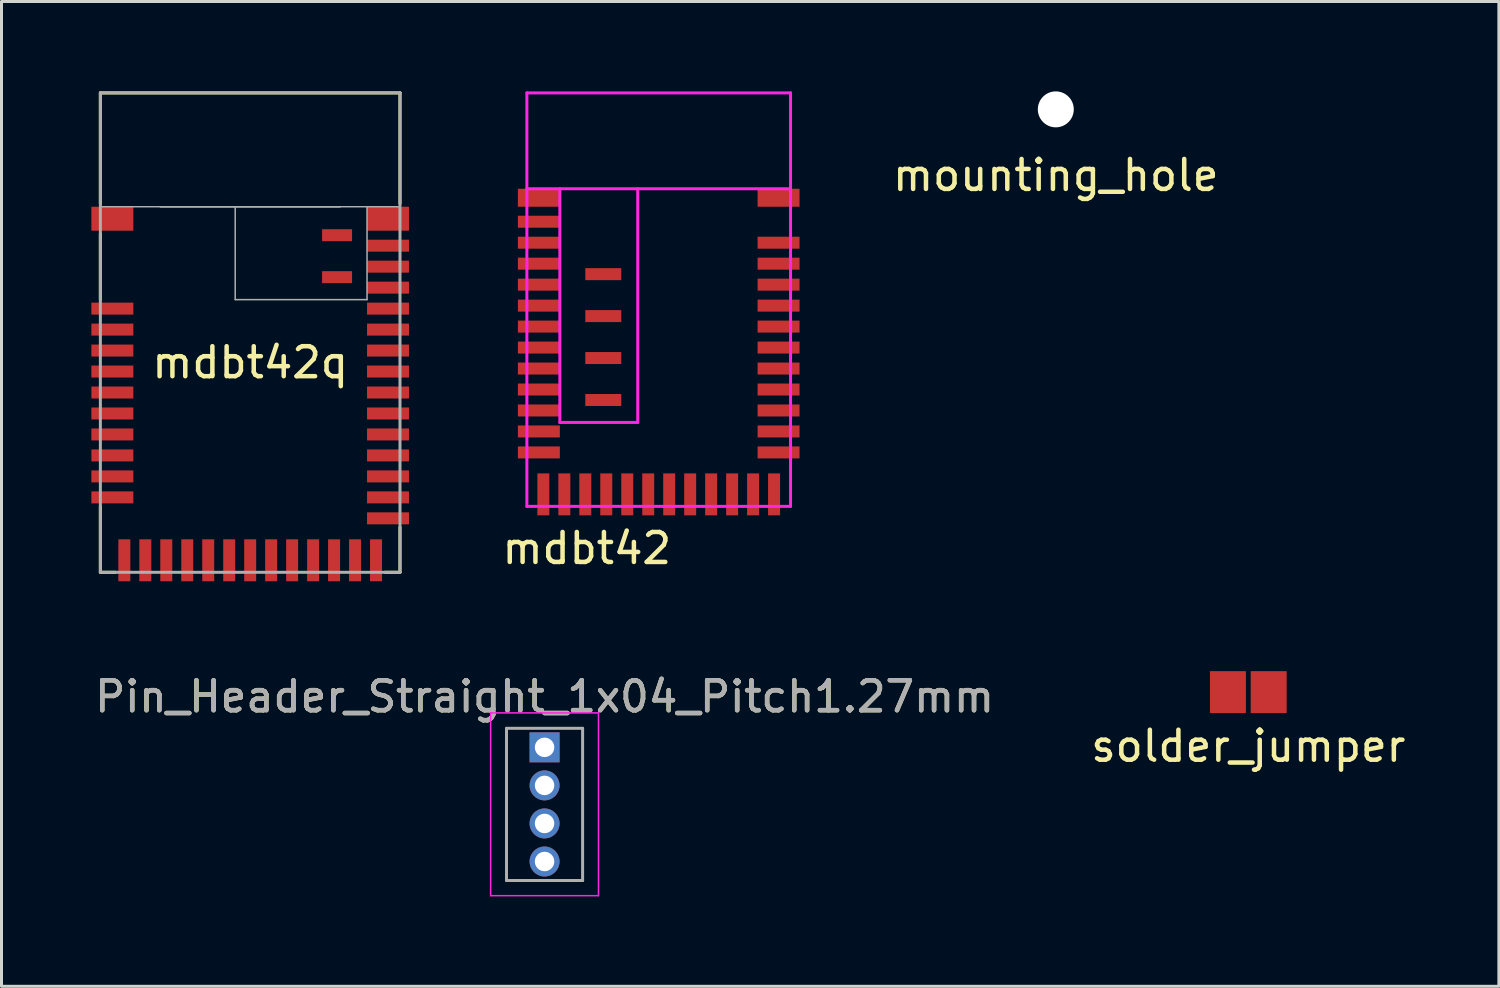
<source format=kicad_pcb>
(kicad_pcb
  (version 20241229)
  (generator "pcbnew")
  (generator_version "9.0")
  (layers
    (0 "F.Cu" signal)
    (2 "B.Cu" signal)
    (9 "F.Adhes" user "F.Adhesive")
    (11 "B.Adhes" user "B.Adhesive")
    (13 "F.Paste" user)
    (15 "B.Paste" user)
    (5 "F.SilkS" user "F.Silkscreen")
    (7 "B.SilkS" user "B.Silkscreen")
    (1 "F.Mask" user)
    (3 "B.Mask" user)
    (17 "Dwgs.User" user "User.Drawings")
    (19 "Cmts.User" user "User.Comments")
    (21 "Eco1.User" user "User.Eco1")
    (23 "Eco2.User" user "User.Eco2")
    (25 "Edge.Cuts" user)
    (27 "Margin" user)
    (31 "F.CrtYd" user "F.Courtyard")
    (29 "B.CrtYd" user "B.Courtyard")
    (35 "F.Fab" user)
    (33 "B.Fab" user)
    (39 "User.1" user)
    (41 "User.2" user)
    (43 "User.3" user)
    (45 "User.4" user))
  (footprint "Pin_Header_Straight_1x04_Pitch1.27mm"
    (layer "F.Cu")
    (at 15.125 21.893)
    (property "Reference" "Pin_Header_Straight_1x04_Pitch1.27mm" (at 0 -1.695 0) (layer "F.SilkS") (effects (font (size 1 1) (thickness 0.15))))
    (attr through_hole)
    (fp_line (start -1.8 -1.15) (end -1.8 4.95) (stroke (width 0.05) (type solid)) (layer "F.CrtYd"))
    (fp_line (start -1.8 4.95) (end 1.8 4.95) (stroke (width 0.05) (type solid)) (layer "F.CrtYd"))
    (fp_line (start 1.8 -1.15) (end -1.8 -1.15) (stroke (width 0.05) (type solid)) (layer "F.CrtYd"))
    (fp_line (start 1.8 4.95) (end 1.8 -1.15) (stroke (width 0.05) (type solid)) (layer "F.CrtYd"))
    (fp_line (start -1.27 -0.635) (end -1.27 4.445) (stroke (width 0.1) (type solid)) (layer "F.Fab"))
    (fp_line (start -1.27 4.445) (end 1.27 4.445) (stroke (width 0.1) (type solid)) (layer "F.Fab"))
    (fp_line (start 1.27 -0.635) (end -1.27 -0.635) (stroke (width 0.1) (type solid)) (layer "F.Fab"))
    (fp_line (start 1.27 4.445) (end 1.27 -0.635) (stroke (width 0.1) (type solid)) (layer "F.Fab"))
    (fp_text user "${REFERENCE}" (at 0 -1.695 0) (layer "F.Fab") (effects (font (size 1 1) (thickness 0.15))))
    (pad "1" thru_hole rect (at 0 0) (size 1 1) (drill 0.65) (layers "*.Cu" "*.Mask"))
    (pad "2" thru_hole oval (at 0 1.27) (size 1 1) (drill 0.65) (layers "*.Cu" "*.Mask"))
    (pad "3" thru_hole oval (at 0 2.54) (size 1 1) (drill 0.65) (layers "*.Cu" "*.Mask"))
    (pad "4" thru_hole oval (at 0 3.81) (size 1 1) (drill 0.65) (layers "*.Cu" "*.Mask")))
  (footprint "mounting_hole"
    (layer "F.Cu")
    (at 32.188 0.6)
    (property "Reference" "mounting_hole" (at 0 2.2 0) (layer "F.SilkS") (effects (font (size 1 1) (thickness 0.15))))
    (attr through_hole)
    (pad "" np_thru_hole circle (at 0 0) (size 1.2 1.2) (drill 1.2) (layers "*.Cu" "*.Mask")))
  (footprint "mdbt42"
    (layer "F.Cu")
    (at 18.935 6.95)
    (property "Reference" "mdbt42" (at -2.4 8.3 0) (layer "F.SilkS") (effects (font (size 1 1) (thickness 0.15))))
    (attr through_hole)
    (fp_line (start -4.4 -6.9) (end -4.4 6.9) (stroke (width 0.1) (type solid)) (layer "F.CrtYd"))
    (fp_line (start -4.4 -3.7) (end 4.4 -3.7) (stroke (width 0.1) (type solid)) (layer "F.CrtYd"))
    (fp_line (start -4.4 6.9) (end 4.4 6.9) (stroke (width 0.1) (type solid)) (layer "F.CrtYd"))
    (fp_line (start -3.3 4.1) (end -3.3 -3.7) (stroke (width 0.1) (type solid)) (layer "F.CrtYd"))
    (fp_line (start -0.7 -3.7) (end -0.7 4.1) (stroke (width 0.1) (type solid)) (layer "F.CrtYd"))
    (fp_line (start -0.7 4.1) (end -3.3 4.1) (stroke (width 0.1) (type solid)) (layer "F.CrtYd"))
    (fp_line (start 4.4 -6.9) (end -4.4 -6.9) (stroke (width 0.1) (type solid)) (layer "F.CrtYd"))
    (fp_line (start 4.4 6.9) (end 4.4 -6.9) (stroke (width 0.1) (type solid)) (layer "F.CrtYd"))
    (pad "1" smd rect (at -4 -3.4) (size 1.4 0.6) (layers "F.Cu" "F.Mask" "F.Paste"))
    (pad "2" smd rect (at -4 -2.6) (size 1.4 0.4) (layers "F.Cu" "F.Mask" "F.Paste"))
    (pad "3" smd rect (at -4 -1.9) (size 1.4 0.4) (layers "F.Cu" "F.Mask" "F.Paste"))
    (pad "4" smd rect (at -4 -1.2) (size 1.4 0.4) (layers "F.Cu" "F.Mask" "F.Paste"))
    (pad "5" smd rect (at -4 -0.5) (size 1.4 0.4) (layers "F.Cu" "F.Mask" "F.Paste"))
    (pad "6" smd rect (at -4 0.2) (size 1.4 0.4) (layers "F.Cu" "F.Mask" "F.Paste"))
    (pad "7" smd rect (at -4 0.9) (size 1.4 0.4) (layers "F.Cu" "F.Mask" "F.Paste"))
    (pad "8" smd rect (at -4 1.6) (size 1.4 0.4) (layers "F.Cu" "F.Mask" "F.Paste"))
    (pad "9" smd rect (at -4 2.3) (size 1.4 0.4) (layers "F.Cu" "F.Mask" "F.Paste"))
    (pad "10" smd rect (at -4 3) (size 1.4 0.4) (layers "F.Cu" "F.Mask" "F.Paste"))
    (pad "11" smd rect (at -4 3.7) (size 1.4 0.4) (layers "F.Cu" "F.Mask" "F.Paste"))
    (pad "12" smd rect (at -4 4.4) (size 1.4 0.4) (layers "F.Cu" "F.Mask" "F.Paste"))
    (pad "13" smd rect (at -4 5.1) (size 1.4 0.4) (layers "F.Cu" "F.Mask" "F.Paste"))
    (pad "14" smd rect (at -3.85 6.5) (size 0.4 1.4) (layers "F.Cu" "F.Mask" "F.Paste"))
    (pad "15" smd rect (at -3.15 6.5) (size 0.4 1.4) (layers "F.Cu" "F.Mask" "F.Paste"))
    (pad "16" smd rect (at -2.45 6.5) (size 0.4 1.4) (layers "F.Cu" "F.Mask" "F.Paste"))
    (pad "17" smd rect (at -1.75 6.5) (size 0.4 1.4) (layers "F.Cu" "F.Mask" "F.Paste"))
    (pad "18" smd rect (at -1.05 6.5) (size 0.4 1.4) (layers "F.Cu" "F.Mask" "F.Paste"))
    (pad "19" smd rect (at -0.35 6.5) (size 0.4 1.4) (layers "F.Cu" "F.Mask" "F.Paste"))
    (pad "20" smd rect (at 0.35 6.5) (size 0.4 1.4) (layers "F.Cu" "F.Mask" "F.Paste"))
    (pad "21" smd rect (at 1.05 6.5) (size 0.4 1.4) (layers "F.Cu" "F.Mask" "F.Paste"))
    (pad "22" smd rect (at 1.75 6.5) (size 0.4 1.4) (layers "F.Cu" "F.Mask" "F.Paste"))
    (pad "23" smd rect (at 2.45 6.5) (size 0.4 1.4) (layers "F.Cu" "F.Mask" "F.Paste"))
    (pad "24" smd rect (at 3.15 6.5) (size 0.4 1.4) (layers "F.Cu" "F.Mask" "F.Paste"))
    (pad "25" smd rect (at 3.85 6.5) (size 0.4 1.4) (layers "F.Cu" "F.Mask" "F.Paste"))
    (pad "26" smd rect (at 4 5.1) (size 1.4 0.4) (layers "F.Cu" "F.Mask" "F.Paste"))
    (pad "27" smd rect (at 4 4.4) (size 1.4 0.4) (layers "F.Cu" "F.Mask" "F.Paste"))
    (pad "28" smd rect (at 4 3.7) (size 1.4 0.4) (layers "F.Cu" "F.Mask" "F.Paste"))
    (pad "29" smd rect (at 4 3) (size 1.4 0.4) (layers "F.Cu" "F.Mask" "F.Paste"))
    (pad "30" smd rect (at 4 2.3) (size 1.4 0.4) (layers "F.Cu" "F.Mask" "F.Paste"))
    (pad "31" smd rect (at 4 1.6) (size 1.4 0.4) (layers "F.Cu" "F.Mask" "F.Paste"))
    (pad "32" smd rect (at 4 0.9) (size 1.4 0.4) (layers "F.Cu" "F.Mask" "F.Paste"))
    (pad "33" smd rect (at 4 0.2) (size 1.4 0.4) (layers "F.Cu" "F.Mask" "F.Paste"))
    (pad "34" smd rect (at 4 -0.5) (size 1.4 0.4) (layers "F.Cu" "F.Mask" "F.Paste"))
    (pad "35" smd rect (at 4 -1.2) (size 1.4 0.4) (layers "F.Cu" "F.Mask" "F.Paste"))
    (pad "36" smd rect (at 4 -1.9) (size 1.4 0.4) (layers "F.Cu" "F.Mask" "F.Paste"))
    (pad "37" smd rect (at 4 -3.4) (size 1.4 0.6) (layers "F.Cu" "F.Mask" "F.Paste"))
    (pad "38" smd rect (at -1.85 -0.85) (size 1.2 0.4) (layers "F.Cu" "F.Mask" "F.Paste"))
    (pad "39" smd rect (at -1.85 0.55) (size 1.2 0.4) (layers "F.Cu" "F.Mask" "F.Paste"))
    (pad "40" smd rect (at -1.85 1.95) (size 1.2 0.4) (layers "F.Cu" "F.Mask" "F.Paste"))
    (pad "41" smd rect (at -1.85 3.35) (size 1.2 0.4) (layers "F.Cu" "F.Mask" "F.Paste")))
  (footprint "mdbt42q"
    (layer "F.Cu")
    (at 5.3 8.05)
    (property "Reference" "mdbt42q" (at 0 1 0) (layer "F.SilkS") (effects (font (size 1 1) (thickness 0.15))))
    (attr through_hole)
    (fp_line (start -5 -8) (end -5 -4.3) (stroke (width 0.1) (type solid)) (layer "F.SilkS"))
    (fp_line (start -5 -3.3) (end -5 -1.1) (stroke (width 0.1) (type solid)) (layer "F.SilkS"))
    (fp_line (start -5 5.8) (end -5 8) (stroke (width 0.1) (type solid)) (layer "F.SilkS"))
    (fp_line (start -5 8) (end -4.5 8) (stroke (width 0.1) (type solid)) (layer "F.SilkS"))
    (fp_line (start -3 -4.2) (end 3 -4.2) (stroke (width 0.05) (type solid)) (layer "F.SilkS"))
    (fp_line (start 5 -8) (end -5 -8) (stroke (width 0.1) (type solid)) (layer "F.SilkS"))
    (fp_line (start 5 -4.3) (end 5 -8) (stroke (width 0.1) (type solid)) (layer "F.SilkS"))
    (fp_line (start 5 6.5) (end 5 8) (stroke (width 0.1) (type solid)) (layer "F.SilkS"))
    (fp_line (start 5 8) (end 4.5 8) (stroke (width 0.1) (type solid)) (layer "F.SilkS"))
    (fp_line (start -5 -8) (end 5 -8) (stroke (width 0.1) (type solid)) (layer "F.Fab"))
    (fp_line (start -5 -4.2) (end 5 -4.2) (stroke (width 0.05) (type solid)) (layer "F.Fab"))
    (fp_line (start -5 8) (end -5 -8) (stroke (width 0.1) (type solid)) (layer "F.Fab"))
    (fp_line (start -0.5 -4.2) (end -0.5 -1.1) (stroke (width 0.05) (type solid)) (layer "F.Fab"))
    (fp_line (start -0.5 -1.1) (end 3.9 -1.1) (stroke (width 0.05) (type solid)) (layer "F.Fab"))
    (fp_line (start 3.9 -1.1) (end 3.9 -4.2) (stroke (width 0.05) (type solid)) (layer "F.Fab"))
    (fp_line (start 5 -8) (end 5 8) (stroke (width 0.1) (type solid)) (layer "F.Fab"))
    (fp_line (start 5 8) (end -5 8) (stroke (width 0.1) (type solid)) (layer "F.Fab"))
    (pad "1" smd rect (at -4.6 -3.8) (size 1.4 0.8) (layers "F.Cu" "F.Mask" "F.Paste"))
    (pad "2" smd rect (at -4.6 -0.8) (size 1.4 0.4) (layers "F.Cu" "F.Mask" "F.Paste"))
    (pad "3" smd rect (at -4.6 -0.1) (size 1.4 0.4) (layers "F.Cu" "F.Mask" "F.Paste"))
    (pad "4" smd rect (at -4.6 0.6) (size 1.4 0.4) (layers "F.Cu" "F.Mask" "F.Paste"))
    (pad "5" smd rect (at -4.6 1.3) (size 1.4 0.4) (layers "F.Cu" "F.Mask" "F.Paste"))
    (pad "6" smd rect (at -4.6 2) (size 1.4 0.4) (layers "F.Cu" "F.Mask" "F.Paste"))
    (pad "7" smd rect (at -4.6 2.7) (size 1.4 0.4) (layers "F.Cu" "F.Mask" "F.Paste"))
    (pad "8" smd rect (at -4.6 3.4) (size 1.4 0.4) (layers "F.Cu" "F.Mask" "F.Paste"))
    (pad "9" smd rect (at -4.6 4.1) (size 1.4 0.4) (layers "F.Cu" "F.Mask" "F.Paste"))
    (pad "10" smd rect (at -4.6 4.8) (size 1.4 0.4) (layers "F.Cu" "F.Mask" "F.Paste"))
    (pad "11" smd rect (at -4.6 5.5) (size 1.4 0.4) (layers "F.Cu" "F.Mask" "F.Paste"))
    (pad "12" smd rect (at -4.2 7.6) (size 0.4 1.4) (layers "F.Cu" "F.Mask" "F.Paste"))
    (pad "13" smd rect (at -3.5 7.6) (size 0.4 1.4) (layers "F.Cu" "F.Mask" "F.Paste"))
    (pad "14" smd rect (at -2.8 7.6) (size 0.4 1.4) (layers "F.Cu" "F.Mask" "F.Paste"))
    (pad "15" smd rect (at -2.1 7.6) (size 0.4 1.4) (layers "F.Cu" "F.Mask" "F.Paste"))
    (pad "16" smd rect (at -1.4 7.6) (size 0.4 1.4) (layers "F.Cu" "F.Mask" "F.Paste"))
    (pad "17" smd rect (at -0.7 7.6) (size 0.4 1.4) (layers "F.Cu" "F.Mask" "F.Paste"))
    (pad "18" smd rect (at 0 7.6) (size 0.4 1.4) (layers "F.Cu" "F.Mask" "F.Paste"))
    (pad "19" smd rect (at 0.7 7.6) (size 0.4 1.4) (layers "F.Cu" "F.Mask" "F.Paste"))
    (pad "20" smd rect (at 1.4 7.6) (size 0.4 1.4) (layers "F.Cu" "F.Mask" "F.Paste"))
    (pad "21" smd rect (at 2.1 7.6) (size 0.4 1.4) (layers "F.Cu" "F.Mask" "F.Paste"))
    (pad "22" smd rect (at 2.8 7.6) (size 0.4 1.4) (layers "F.Cu" "F.Mask" "F.Paste"))
    (pad "23" smd rect (at 3.5 7.6) (size 0.4 1.4) (layers "F.Cu" "F.Mask" "F.Paste"))
    (pad "24" smd rect (at 4.2 7.6) (size 0.4 1.4) (layers "F.Cu" "F.Mask" "F.Paste"))
    (pad "25" smd rect (at 4.6 6.2) (size 1.4 0.4) (layers "F.Cu" "F.Mask" "F.Paste"))
    (pad "26" smd rect (at 4.6 5.5) (size 1.4 0.4) (layers "F.Cu" "F.Mask" "F.Paste"))
    (pad "27" smd rect (at 4.6 4.8) (size 1.4 0.4) (layers "F.Cu" "F.Mask" "F.Paste"))
    (pad "28" smd rect (at 4.6 4.1) (size 1.4 0.4) (layers "F.Cu" "F.Mask" "F.Paste"))
    (pad "29" smd rect (at 4.6 3.4) (size 1.4 0.4) (layers "F.Cu" "F.Mask" "F.Paste"))
    (pad "30" smd rect (at 4.6 2.7) (size 1.4 0.4) (layers "F.Cu" "F.Mask" "F.Paste"))
    (pad "31" smd rect (at 4.6 2) (size 1.4 0.4) (layers "F.Cu" "F.Mask" "F.Paste"))
    (pad "32" smd rect (at 4.6 1.3) (size 1.4 0.4) (layers "F.Cu" "F.Mask" "F.Paste"))
    (pad "33" smd rect (at 4.6 0.6) (size 1.4 0.4) (layers "F.Cu" "F.Mask" "F.Paste"))
    (pad "34" smd rect (at 4.6 -0.1) (size 1.4 0.4) (layers "F.Cu" "F.Mask" "F.Paste"))
    (pad "35" smd rect (at 4.6 -0.8) (size 1.4 0.4) (layers "F.Cu" "F.Mask" "F.Paste"))
    (pad "36" smd rect (at 4.6 -1.5) (size 1.4 0.4) (layers "F.Cu" "F.Mask" "F.Paste"))
    (pad "37" smd rect (at 4.6 -2.2) (size 1.4 0.4) (layers "F.Cu" "F.Mask" "F.Paste"))
    (pad "38" smd rect (at 4.6 -2.9) (size 1.4 0.4) (layers "F.Cu" "F.Mask" "F.Paste"))
    (pad "39" smd rect (at 4.6 -3.8) (size 1.4 0.8) (layers "F.Cu" "F.Mask" "F.Paste"))
    (pad "40" smd rect (at 2.9 -3.25) (size 1 0.4) (layers "F.Cu" "F.Mask" "F.Paste"))
    (pad "41" smd rect (at 2.9 -1.85) (size 1 0.4) (layers "F.Cu" "F.Mask" "F.Paste")))
  (footprint "solder_jumper"
    (layer "F.Cu")
    (at 38.613 20.05)
    (property "Reference" "solder_jumper" (at 0 1.8 0) (layer "F.SilkS") (effects (font (size 1 1) (thickness 0.15))))
    (attr through_hole)
    (pad "1" smd rect (at -0.68 0) (size 1.2 1.4) (layers "F.Cu" "F.Mask"))
    (pad "2" smd rect (at 0.68 0) (size 1.2 1.4) (layers "F.Cu" "F.Mask")))
  (gr_rect
    (start -3 -3)
    (end 46.976 29.868)
    (stroke (width 0.1) (type default))
    (fill no)
    (layer "Edge.Cuts")))
</source>
